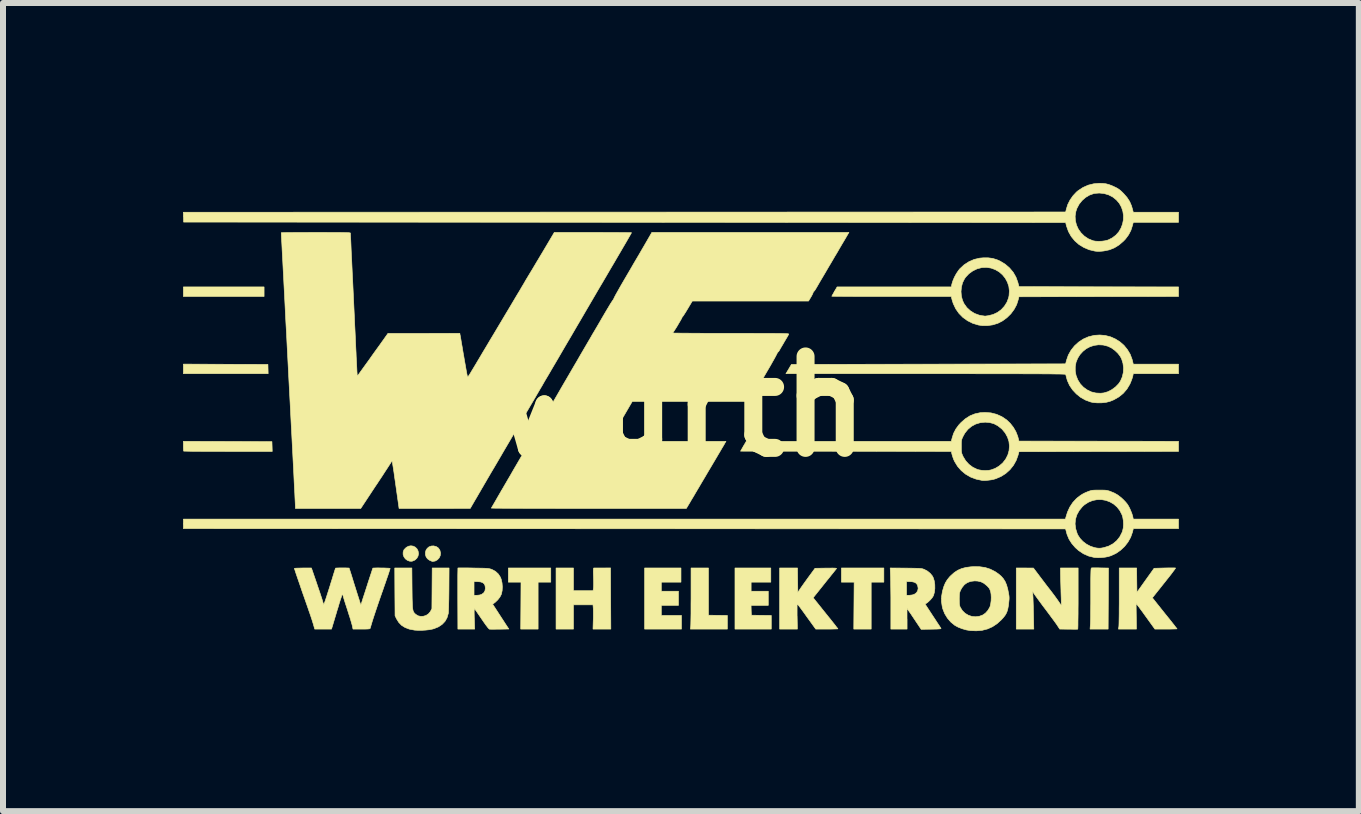
<source format=kicad_pcb>
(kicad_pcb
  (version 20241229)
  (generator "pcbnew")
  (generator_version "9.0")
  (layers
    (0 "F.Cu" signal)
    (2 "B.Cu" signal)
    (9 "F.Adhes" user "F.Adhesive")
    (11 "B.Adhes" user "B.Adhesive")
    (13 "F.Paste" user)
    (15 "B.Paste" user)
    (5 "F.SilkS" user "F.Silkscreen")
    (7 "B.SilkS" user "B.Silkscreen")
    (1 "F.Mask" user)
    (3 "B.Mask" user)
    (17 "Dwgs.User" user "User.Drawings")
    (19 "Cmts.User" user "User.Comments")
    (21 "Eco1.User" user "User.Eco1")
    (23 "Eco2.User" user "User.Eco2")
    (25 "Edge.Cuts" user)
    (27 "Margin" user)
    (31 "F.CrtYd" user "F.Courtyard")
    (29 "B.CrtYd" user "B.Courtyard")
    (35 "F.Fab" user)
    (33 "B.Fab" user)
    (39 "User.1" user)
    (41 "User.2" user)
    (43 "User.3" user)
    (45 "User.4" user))
  (footprint "wurth"
    (layer "F.Cu")
    (at 8.307 3.725)
    (property "Reference" "wurth" (at 0 0 0) (layer "F.SilkS") (effects (font (size 1.524 1.524) (thickness 0.3))))
    (attr through_hole)
    (fp_poly (pts (xy -6.956 -1.834) (xy -8.301 -1.834) (xy -8.301 -1.993) (xy -6.956 -1.993) (xy -6.956 -1.834)) (stroke (width 0.01) (type solid)) (fill yes) (layer "F.SilkS"))
    (fp_poly (pts (xy -7.597 -0.704) (xy -6.892 -0.702) (xy -6.89 -0.624) (xy -6.888 -0.547) (xy -8.301 -0.547) (xy -8.301 -0.707) (xy -7.597 -0.704)) (stroke (width 0.01) (type solid)) (fill yes) (layer "F.SilkS"))
    (fp_poly (pts (xy 3.373 2.927) (xy 3.162 2.927) (xy 3.162 3.709) (xy 2.872 3.709) (xy 2.875 3.318) (xy 2.878 2.927) (xy 2.666 2.927) (xy 2.666 2.691) (xy 3.373 2.691) (xy 3.373 2.927)) (stroke (width 0.01) (type solid)) (fill yes) (layer "F.SilkS"))
    (fp_poly (pts (xy -2.178 2.927) (xy -2.389 2.927) (xy -2.389 3.709) (xy -2.534 3.709) (xy -2.679 3.709) (xy -2.676 3.318) (xy -2.674 2.927) (xy -2.885 2.927) (xy -2.885 2.691) (xy -2.178 2.691) (xy -2.178 2.927)) (stroke (width 0.01) (type solid)) (fill yes) (layer "F.SilkS"))
    (fp_poly (pts (xy -0.008 2.927) (xy -0.336 2.927) (xy -0.336 3.078) (xy -0.05 3.078) (xy -0.05 3.314) (xy -0.336 3.314) (xy -0.336 3.482) (xy 0 3.482) (xy 0 3.709) (xy -0.614 3.709) (xy -0.614 2.691) (xy -0.008 2.691) (xy -0.008 2.927)) (stroke (width 0.01) (type solid)) (fill yes) (layer "F.SilkS"))
    (fp_poly (pts (xy 1.489 2.927) (xy 1.161 2.927) (xy 1.161 3.078) (xy 1.447 3.078) (xy 1.447 3.314) (xy 1.16 3.314) (xy 1.162 3.396) (xy 1.165 3.478) (xy 1.331 3.48) (xy 1.497 3.482) (xy 1.497 3.709) (xy 0.892 3.709) (xy 0.892 2.691) (xy 1.489 2.691) (xy 1.489 2.927)) (stroke (width 0.01) (type solid)) (fill yes) (layer "F.SilkS"))
    (fp_poly (pts (xy 0.45 3.478) (xy 0.765 3.482) (xy 0.765 3.709) (xy 0.149 3.709) (xy 0.154 3.665) (xy 0.155 3.648) (xy 0.156 3.617) (xy 0.157 3.571) (xy 0.158 3.515) (xy 0.159 3.448) (xy 0.159 3.373) (xy 0.159 3.291) (xy 0.16 3.205) (xy 0.16 3.156) (xy 0.16 2.691) (xy 0.305 2.691) (xy 0.45 2.691) (xy 0.45 3.478)) (stroke (width 0.01) (type solid)) (fill yes) (layer "F.SilkS"))
    (fp_poly (pts (xy -7.563 0.582) (xy -6.825 0.585) (xy -6.82 0.749) (xy -7.555 0.749) (xy -7.665 0.748) (xy -7.77 0.748) (xy -7.869 0.748) (xy -7.96 0.748) (xy -8.043 0.747) (xy -8.117 0.747) (xy -8.179 0.746) (xy -8.23 0.745) (xy -8.267 0.744) (xy -8.289 0.744) (xy -8.296 0.743) (xy -8.298 0.733) (xy -8.3 0.709) (xy -8.301 0.678) (xy -8.301 0.659) (xy -8.301 0.58) (xy -7.563 0.582)) (stroke (width 0.01) (type solid)) (fill yes) (layer "F.SilkS"))
    (fp_poly (pts (xy -4.47 2.327) (xy -4.436 2.344) (xy -4.408 2.371) (xy -4.389 2.408) (xy -4.382 2.453) (xy -4.39 2.493) (xy -4.411 2.53) (xy -4.443 2.559) (xy -4.482 2.576) (xy -4.496 2.579) (xy -4.528 2.578) (xy -4.562 2.566) (xy -4.567 2.564) (xy -4.602 2.538) (xy -4.626 2.503) (xy -4.639 2.464) (xy -4.638 2.424) (xy -4.624 2.387) (xy -4.619 2.381) (xy -4.586 2.348) (xy -4.548 2.328) (xy -4.509 2.321) (xy -4.47 2.327)) (stroke (width 0.01) (type solid)) (fill yes) (layer "F.SilkS"))
    (fp_poly (pts (xy -4.085 2.335) (xy -4.05 2.359) (xy -4.026 2.396) (xy -4.025 2.399) (xy -4.015 2.443) (xy -4.02 2.485) (xy -4.038 2.523) (xy -4.067 2.554) (xy -4.104 2.575) (xy -4.147 2.582) (xy -4.162 2.578) (xy -4.184 2.569) (xy -4.197 2.563) (xy -4.233 2.537) (xy -4.256 2.504) (xy -4.267 2.468) (xy -4.267 2.43) (xy -4.257 2.394) (xy -4.236 2.363) (xy -4.207 2.339) (xy -4.169 2.325) (xy -4.13 2.323) (xy -4.085 2.335)) (stroke (width 0.01) (type solid)) (fill yes) (layer "F.SilkS"))
    (fp_poly (pts (xy 6.911 2.689) (xy 6.955 2.689) (xy 6.983 2.69) (xy 7.117 2.692) (xy 7.111 3.709) (xy 6.81 3.709) (xy 6.816 3.619) (xy 6.817 3.593) (xy 6.818 3.552) (xy 6.819 3.498) (xy 6.819 3.433) (xy 6.82 3.36) (xy 6.821 3.281) (xy 6.821 3.197) (xy 6.821 3.111) (xy 6.821 3.016) (xy 6.821 2.936) (xy 6.821 2.871) (xy 6.822 2.818) (xy 6.823 2.777) (xy 6.824 2.745) (xy 6.825 2.722) (xy 6.827 2.707) (xy 6.829 2.697) (xy 6.831 2.692) (xy 6.835 2.69) (xy 6.835 2.69) (xy 6.848 2.689) (xy 6.874 2.689) (xy 6.911 2.689)) (stroke (width 0.01) (type solid)) (fill yes) (layer "F.SilkS"))
    (fp_poly (pts (xy -1.18 3.2) (xy -1.177 3.709) (xy -1.474 3.709) (xy -1.47 3.571) (xy -1.468 3.518) (xy -1.468 3.466) (xy -1.468 3.419) (xy -1.469 3.382) (xy -1.469 3.369) (xy -1.474 3.305) (xy -1.8 3.305) (xy -1.8 3.709) (xy -2.09 3.709) (xy -2.09 2.691) (xy -1.8 2.691) (xy -1.8 3.07) (xy -1.473 3.07) (xy -1.467 3.03) (xy -1.465 3.008) (xy -1.464 2.974) (xy -1.464 2.93) (xy -1.465 2.88) (xy -1.466 2.841) (xy -1.468 2.787) (xy -1.469 2.747) (xy -1.468 2.72) (xy -1.467 2.703) (xy -1.464 2.694) (xy -1.46 2.691) (xy -1.459 2.691) (xy -1.447 2.691) (xy -1.421 2.691) (xy -1.384 2.691) (xy -1.341 2.691) (xy -1.314 2.691) (xy -1.182 2.69) (xy -1.18 3.2)) (stroke (width 0.01) (type solid)) (fill yes) (layer "F.SilkS"))
    (fp_poly (pts (xy -4.49 3.03) (xy -4.489 3.12) (xy -4.488 3.195) (xy -4.486 3.257) (xy -4.484 3.307) (xy -4.482 3.346) (xy -4.478 3.377) (xy -4.473 3.401) (xy -4.466 3.419) (xy -4.458 3.434) (xy -4.447 3.446) (xy -4.435 3.458) (xy -4.428 3.464) (xy -4.389 3.488) (xy -4.345 3.498) (xy -4.299 3.495) (xy -4.255 3.481) (xy -4.216 3.455) (xy -4.186 3.42) (xy -4.181 3.411) (xy -4.159 3.369) (xy -4.154 2.691) (xy -3.873 2.691) (xy -3.875 3.047) (xy -3.876 3.131) (xy -3.877 3.209) (xy -3.879 3.28) (xy -3.88 3.341) (xy -3.882 3.391) (xy -3.884 3.428) (xy -3.886 3.451) (xy -3.887 3.452) (xy -3.907 3.521) (xy -3.941 3.581) (xy -3.989 3.631) (xy -4.05 3.672) (xy -4.124 3.702) (xy -4.149 3.709) (xy -4.2 3.719) (xy -4.261 3.726) (xy -4.326 3.73) (xy -4.39 3.73) (xy -4.445 3.727) (xy -4.451 3.726) (xy -4.535 3.71) (xy -4.606 3.683) (xy -4.665 3.646) (xy -4.712 3.597) (xy -4.749 3.537) (xy -4.751 3.533) (xy -4.773 3.486) (xy -4.776 3.089) (xy -4.778 2.691) (xy -4.493 2.691) (xy -4.49 3.03)) (stroke (width 0.01) (type solid)) (fill yes) (layer "F.SilkS"))
    (fp_poly (pts (xy 8.219 2.69) (xy 8.233 2.691) (xy 8.234 2.691) (xy 8.231 2.699) (xy 8.218 2.718) (xy 8.196 2.747) (xy 8.168 2.785) (xy 8.133 2.83) (xy 8.093 2.88) (xy 8.05 2.935) (xy 8.044 2.942) (xy 7.848 3.188) (xy 8.053 3.445) (xy 8.099 3.502) (xy 8.141 3.554) (xy 8.178 3.601) (xy 8.21 3.641) (xy 8.234 3.673) (xy 8.251 3.694) (xy 8.259 3.704) (xy 8.259 3.705) (xy 8.251 3.706) (xy 8.229 3.707) (xy 8.194 3.708) (xy 8.15 3.709) (xy 8.099 3.709) (xy 8.075 3.709) (xy 7.89 3.709) (xy 7.753 3.519) (xy 7.716 3.468) (xy 7.682 3.42) (xy 7.651 3.379) (xy 7.626 3.344) (xy 7.607 3.32) (xy 7.597 3.307) (xy 7.596 3.306) (xy 7.577 3.284) (xy 7.58 3.497) (xy 7.583 3.709) (xy 7.283 3.709) (xy 7.29 3.665) (xy 7.291 3.648) (xy 7.292 3.617) (xy 7.293 3.571) (xy 7.294 3.515) (xy 7.295 3.448) (xy 7.295 3.373) (xy 7.296 3.291) (xy 7.296 3.205) (xy 7.296 3.156) (xy 7.296 2.691) (xy 7.586 2.691) (xy 7.588 2.894) (xy 7.591 3.097) (xy 7.734 2.896) (xy 7.877 2.696) (xy 8.052 2.691) (xy 8.105 2.69) (xy 8.152 2.69) (xy 8.191 2.69) (xy 8.219 2.69)) (stroke (width 0.01) (type solid)) (fill yes) (layer "F.SilkS"))
    (fp_poly (pts (xy 1.939 3.098) (xy 1.978 3.04) (xy 1.995 3.015) (xy 2.02 2.979) (xy 2.05 2.937) (xy 2.084 2.89) (xy 2.118 2.843) (xy 2.121 2.839) (xy 2.226 2.696) (xy 2.41 2.693) (xy 2.47 2.693) (xy 2.515 2.692) (xy 2.547 2.693) (xy 2.568 2.694) (xy 2.579 2.696) (xy 2.584 2.698) (xy 2.583 2.702) (xy 2.58 2.706) (xy 2.572 2.716) (xy 2.555 2.737) (xy 2.53 2.769) (xy 2.498 2.808) (xy 2.461 2.855) (xy 2.419 2.906) (xy 2.381 2.954) (xy 2.195 3.187) (xy 2.401 3.444) (xy 2.446 3.5) (xy 2.489 3.553) (xy 2.526 3.6) (xy 2.558 3.64) (xy 2.582 3.672) (xy 2.599 3.693) (xy 2.607 3.704) (xy 2.607 3.705) (xy 2.599 3.706) (xy 2.577 3.707) (xy 2.542 3.708) (xy 2.498 3.709) (xy 2.447 3.709) (xy 2.423 3.709) (xy 2.238 3.709) (xy 2.089 3.503) (xy 2.052 3.451) (xy 2.017 3.403) (xy 1.987 3.362) (xy 1.962 3.329) (xy 1.944 3.305) (xy 1.933 3.293) (xy 1.932 3.291) (xy 1.929 3.298) (xy 1.927 3.32) (xy 1.927 3.36) (xy 1.927 3.414) (xy 1.927 3.485) (xy 1.928 3.498) (xy 1.932 3.709) (xy 1.784 3.709) (xy 1.636 3.709) (xy 1.636 2.691) (xy 1.785 2.691) (xy 1.934 2.691) (xy 1.939 3.098)) (stroke (width 0.01) (type solid)) (fill yes) (layer "F.SilkS"))
    (fp_poly (pts (xy 6.611 3.2) (xy 6.611 3.291) (xy 6.61 3.376) (xy 6.61 3.455) (xy 6.609 3.527) (xy 6.608 3.588) (xy 6.608 3.639) (xy 6.607 3.677) (xy 6.606 3.702) (xy 6.604 3.711) (xy 6.604 3.711) (xy 6.594 3.711) (xy 6.57 3.712) (xy 6.535 3.712) (xy 6.492 3.711) (xy 6.451 3.711) (xy 6.304 3.709) (xy 6.27 3.657) (xy 6.257 3.637) (xy 6.235 3.606) (xy 6.206 3.566) (xy 6.171 3.519) (xy 6.132 3.466) (xy 6.091 3.411) (xy 6.07 3.383) (xy 6.028 3.328) (xy 5.989 3.275) (xy 5.954 3.227) (xy 5.923 3.185) (xy 5.899 3.152) (xy 5.883 3.129) (xy 5.878 3.122) (xy 5.853 3.082) (xy 5.857 3.154) (xy 5.859 3.181) (xy 5.86 3.223) (xy 5.862 3.275) (xy 5.864 3.335) (xy 5.865 3.399) (xy 5.867 3.466) (xy 5.867 3.467) (xy 5.872 3.709) (xy 5.726 3.709) (xy 5.58 3.709) (xy 5.58 2.691) (xy 5.723 2.691) (xy 5.866 2.692) (xy 5.959 2.815) (xy 5.998 2.867) (xy 6.043 2.926) (xy 6.089 2.987) (xy 6.132 3.042) (xy 6.147 3.061) (xy 6.181 3.106) (xy 6.215 3.151) (xy 6.246 3.194) (xy 6.272 3.23) (xy 6.285 3.249) (xy 6.304 3.277) (xy 6.319 3.298) (xy 6.328 3.31) (xy 6.33 3.311) (xy 6.331 3.302) (xy 6.331 3.279) (xy 6.33 3.243) (xy 6.329 3.196) (xy 6.327 3.142) (xy 6.325 3.081) (xy 6.325 3.065) (xy 6.323 2.999) (xy 6.321 2.935) (xy 6.319 2.876) (xy 6.318 2.825) (xy 6.317 2.784) (xy 6.317 2.758) (xy 6.317 2.757) (xy 6.316 2.691) (xy 6.611 2.691) (xy 6.611 3.2)) (stroke (width 0.01) (type solid)) (fill yes) (layer "F.SilkS"))
    (fp_poly (pts (xy 3.739 2.693) (xy 3.813 2.694) (xy 3.871 2.695) (xy 3.917 2.696) (xy 3.952 2.697) (xy 3.979 2.699) (xy 4 2.701) (xy 4.016 2.704) (xy 4.031 2.709) (xy 4.045 2.714) (xy 4.049 2.716) (xy 4.1 2.743) (xy 4.145 2.78) (xy 4.181 2.823) (xy 4.196 2.852) (xy 4.213 2.906) (xy 4.222 2.968) (xy 4.223 3.032) (xy 4.216 3.094) (xy 4.201 3.148) (xy 4.196 3.158) (xy 4.178 3.187) (xy 4.149 3.221) (xy 4.116 3.253) (xy 4.083 3.279) (xy 4.08 3.28) (xy 4.061 3.293) (xy 4.19 3.491) (xy 4.224 3.542) (xy 4.255 3.59) (xy 4.282 3.631) (xy 4.304 3.664) (xy 4.319 3.687) (xy 4.326 3.698) (xy 4.326 3.698) (xy 4.324 3.702) (xy 4.313 3.705) (xy 4.291 3.707) (xy 4.256 3.709) (xy 4.207 3.71) (xy 4.163 3.711) (xy 3.995 3.713) (xy 3.877 3.537) (xy 3.845 3.489) (xy 3.817 3.447) (xy 3.792 3.412) (xy 3.774 3.386) (xy 3.763 3.371) (xy 3.759 3.368) (xy 3.759 3.379) (xy 3.759 3.404) (xy 3.759 3.44) (xy 3.759 3.485) (xy 3.759 3.536) (xy 3.76 3.543) (xy 3.76 3.709) (xy 3.49 3.709) (xy 3.49 3.353) (xy 3.49 3.27) (xy 3.49 3.186) (xy 3.489 3.103) (xy 3.488 3.026) (xy 3.487 2.956) (xy 3.487 2.918) (xy 3.751 2.918) (xy 3.751 3.146) (xy 3.799 3.146) (xy 3.848 3.14) (xy 3.881 3.129) (xy 3.916 3.104) (xy 3.937 3.07) (xy 3.945 3.03) (xy 3.937 2.987) (xy 3.931 2.971) (xy 3.912 2.946) (xy 3.884 2.929) (xy 3.844 2.92) (xy 3.806 2.918) (xy 3.751 2.918) (xy 3.487 2.918) (xy 3.486 2.897) (xy 3.485 2.851) (xy 3.485 2.844) (xy 3.479 2.691) (xy 3.739 2.693)) (stroke (width 0.01) (type solid)) (fill yes) (layer "F.SilkS"))
    (fp_poly (pts (xy -3.607 2.69) (xy -3.551 2.69) (xy -3.489 2.691) (xy -3.464 2.692) (xy -3.391 2.693) (xy -3.333 2.694) (xy -3.288 2.695) (xy -3.253 2.697) (xy -3.226 2.699) (xy -3.205 2.702) (xy -3.189 2.706) (xy -3.174 2.71) (xy -3.159 2.716) (xy -3.158 2.716) (xy -3.1 2.747) (xy -3.053 2.79) (xy -3.018 2.843) (xy -3.004 2.879) (xy -2.99 2.94) (xy -2.985 3.004) (xy -2.988 3.067) (xy -3 3.122) (xy -3.004 3.134) (xy -3.026 3.176) (xy -3.06 3.22) (xy -3.101 3.26) (xy -3.123 3.277) (xy -3.147 3.294) (xy -3.073 3.407) (xy -3.042 3.455) (xy -3.007 3.509) (xy -2.973 3.561) (xy -2.944 3.606) (xy -2.939 3.614) (xy -2.877 3.708) (xy -3.03 3.711) (xy -3.08 3.711) (xy -3.126 3.712) (xy -3.163 3.712) (xy -3.189 3.711) (xy -3.2 3.711) (xy -3.211 3.702) (xy -3.231 3.679) (xy -3.259 3.642) (xy -3.296 3.59) (xy -3.331 3.539) (xy -3.363 3.492) (xy -3.392 3.45) (xy -3.416 3.414) (xy -3.436 3.387) (xy -3.448 3.371) (xy -3.451 3.367) (xy -3.453 3.373) (xy -3.454 3.394) (xy -3.455 3.427) (xy -3.454 3.47) (xy -3.453 3.52) (xy -3.452 3.536) (xy -3.446 3.709) (xy -3.726 3.709) (xy -3.728 3.202) (xy -3.728 3.112) (xy -3.728 3.026) (xy -3.728 2.947) (xy -3.728 2.918) (xy -3.457 2.918) (xy -3.457 3.146) (xy -3.408 3.146) (xy -3.368 3.142) (xy -3.335 3.133) (xy -3.331 3.131) (xy -3.295 3.105) (xy -3.275 3.072) (xy -3.268 3.03) (xy -3.268 3.029) (xy -3.273 2.986) (xy -3.288 2.955) (xy -3.314 2.934) (xy -3.352 2.922) (xy -3.403 2.918) (xy -3.457 2.918) (xy -3.728 2.918) (xy -3.728 2.876) (xy -3.728 2.814) (xy -3.727 2.763) (xy -3.726 2.725) (xy -3.726 2.701) (xy -3.725 2.691) (xy -3.725 2.691) (xy -3.715 2.69) (xy -3.691 2.69) (xy -3.654 2.69) (xy -3.607 2.69)) (stroke (width 0.01) (type solid)) (fill yes) (layer "F.SilkS"))
    (fp_poly (pts (xy 7.024 -3.718) (xy 7.075 -3.712) (xy 7.124 -3.699) (xy 7.177 -3.679) (xy 7.216 -3.661) (xy 7.255 -3.642) (xy 7.286 -3.623) (xy 7.314 -3.602) (xy 7.345 -3.573) (xy 7.368 -3.55) (xy 7.425 -3.485) (xy 7.469 -3.418) (xy 7.5 -3.346) (xy 7.515 -3.295) (xy 7.53 -3.238) (xy 8.284 -3.238) (xy 8.284 -3.07) (xy 7.53 -3.07) (xy 7.516 -3.016) (xy 7.49 -2.935) (xy 7.452 -2.862) (xy 7.401 -2.793) (xy 7.368 -2.758) (xy 7.294 -2.694) (xy 7.215 -2.645) (xy 7.13 -2.611) (xy 7.037 -2.592) (xy 6.997 -2.588) (xy 6.959 -2.586) (xy 6.921 -2.587) (xy 6.892 -2.59) (xy 6.795 -2.613) (xy 6.706 -2.651) (xy 6.625 -2.7) (xy 6.555 -2.762) (xy 6.496 -2.834) (xy 6.45 -2.916) (xy 6.418 -3.006) (xy 6.417 -3.008) (xy 6.403 -3.066) (xy -0.947 -3.07) (xy -8.297 -3.074) (xy -8.299 -3.156) (xy -8.3 -3.173) (xy 6.561 -3.173) (xy 6.565 -3.097) (xy 6.584 -3.023) (xy 6.615 -2.955) (xy 6.66 -2.893) (xy 6.715 -2.839) (xy 6.781 -2.795) (xy 6.856 -2.764) (xy 6.863 -2.762) (xy 6.903 -2.755) (xy 6.953 -2.753) (xy 7.007 -2.755) (xy 7.059 -2.762) (xy 7.103 -2.773) (xy 7.11 -2.775) (xy 7.18 -2.81) (xy 7.24 -2.856) (xy 7.289 -2.911) (xy 7.326 -2.974) (xy 7.351 -3.041) (xy 7.365 -3.111) (xy 7.367 -3.183) (xy 7.356 -3.254) (xy 7.333 -3.322) (xy 7.298 -3.386) (xy 7.249 -3.443) (xy 7.188 -3.492) (xy 7.188 -3.492) (xy 7.118 -3.528) (xy 7.042 -3.55) (xy 6.963 -3.558) (xy 6.886 -3.552) (xy 6.872 -3.549) (xy 6.801 -3.524) (xy 6.735 -3.485) (xy 6.677 -3.434) (xy 6.628 -3.373) (xy 6.591 -3.304) (xy 6.573 -3.25) (xy 6.561 -3.173) (xy -8.3 -3.173) (xy -8.302 -3.238) (xy 6.403 -3.242) (xy 6.415 -3.292) (xy 6.439 -3.368) (xy 6.477 -3.443) (xy 6.526 -3.513) (xy 6.583 -3.574) (xy 6.609 -3.596) (xy 6.691 -3.65) (xy 6.778 -3.689) (xy 6.871 -3.712) (xy 6.964 -3.72) (xy 7.024 -3.718)) (stroke (width 0.01) (type solid)) (fill yes) (layer "F.SilkS"))
    (fp_poly (pts (xy 4.968 2.67) (xy 5.061 2.683) (xy 5.145 2.71) (xy 5.225 2.75) (xy 5.278 2.786) (xy 5.327 2.827) (xy 5.365 2.87) (xy 5.395 2.918) (xy 5.419 2.975) (xy 5.438 3.044) (xy 5.444 3.074) (xy 5.453 3.121) (xy 5.459 3.157) (xy 5.461 3.188) (xy 5.46 3.218) (xy 5.457 3.246) (xy 5.45 3.314) (xy 5.44 3.367) (xy 5.428 3.412) (xy 5.412 3.449) (xy 5.391 3.484) (xy 5.362 3.52) (xy 5.334 3.551) (xy 5.261 3.618) (xy 5.183 3.67) (xy 5.1 3.707) (xy 5.01 3.73) (xy 4.912 3.738) (xy 4.814 3.734) (xy 4.747 3.723) (xy 4.678 3.703) (xy 4.613 3.678) (xy 4.558 3.648) (xy 4.556 3.647) (xy 4.49 3.593) (xy 4.433 3.527) (xy 4.387 3.452) (xy 4.355 3.371) (xy 4.345 3.329) (xy 4.333 3.246) (xy 4.334 3.209) (xy 4.63 3.209) (xy 4.631 3.255) (xy 4.632 3.288) (xy 4.636 3.312) (xy 4.641 3.333) (xy 4.648 3.348) (xy 4.682 3.402) (xy 4.727 3.446) (xy 4.78 3.478) (xy 4.839 3.498) (xy 4.901 3.504) (xy 4.964 3.496) (xy 5.021 3.475) (xy 5.066 3.444) (xy 5.105 3.401) (xy 5.136 3.35) (xy 5.144 3.331) (xy 5.154 3.288) (xy 5.161 3.236) (xy 5.163 3.181) (xy 5.16 3.128) (xy 5.153 3.085) (xy 5.152 3.082) (xy 5.141 3.052) (xy 5.127 3.026) (xy 5.104 3) (xy 5.09 2.986) (xy 5.042 2.947) (xy 4.993 2.922) (xy 4.938 2.909) (xy 4.887 2.906) (xy 4.82 2.914) (xy 4.763 2.935) (xy 4.715 2.969) (xy 4.675 3.019) (xy 4.652 3.06) (xy 4.643 3.083) (xy 4.636 3.103) (xy 4.633 3.126) (xy 4.631 3.156) (xy 4.63 3.197) (xy 4.63 3.209) (xy 4.334 3.209) (xy 4.335 3.167) (xy 4.349 3.084) (xy 4.352 3.071) (xy 4.373 3) (xy 4.398 2.94) (xy 4.429 2.889) (xy 4.468 2.84) (xy 4.491 2.817) (xy 4.547 2.767) (xy 4.605 2.729) (xy 4.669 2.701) (xy 4.741 2.682) (xy 4.825 2.671) (xy 4.866 2.669) (xy 4.968 2.67)) (stroke (width 0.01) (type solid)) (fill yes) (layer "F.SilkS"))
    (fp_poly (pts (xy 5.158 0.106) (xy 5.252 0.13) (xy 5.339 0.169) (xy 5.418 0.222) (xy 5.478 0.279) (xy 5.531 0.346) (xy 5.574 0.42) (xy 5.604 0.496) (xy 5.612 0.526) (xy 5.624 0.576) (xy 6.954 0.578) (xy 8.284 0.58) (xy 8.284 0.748) (xy 5.625 0.753) (xy 5.61 0.811) (xy 5.578 0.899) (xy 5.532 0.981) (xy 5.474 1.053) (xy 5.404 1.116) (xy 5.325 1.166) (xy 5.238 1.203) (xy 5.201 1.214) (xy 5.161 1.222) (xy 5.114 1.228) (xy 5.068 1.232) (xy 5.028 1.233) (xy 5.009 1.231) (xy 4.911 1.21) (xy 4.82 1.176) (xy 4.737 1.128) (xy 4.664 1.068) (xy 4.602 0.997) (xy 4.553 0.917) (xy 4.538 0.885) (xy 4.525 0.85) (xy 4.513 0.813) (xy 4.507 0.791) (xy 4.498 0.749) (xy 2.741 0.746) (xy 0.985 0.744) (xy 1.032 0.662) (xy 4.664 0.662) (xy 4.664 0.664) (xy 4.664 0.708) (xy 4.665 0.74) (xy 4.668 0.764) (xy 4.673 0.785) (xy 4.682 0.807) (xy 4.694 0.834) (xy 4.695 0.836) (xy 4.737 0.905) (xy 4.791 0.964) (xy 4.855 1.012) (xy 4.926 1.046) (xy 4.955 1.055) (xy 5.006 1.064) (xy 5.064 1.067) (xy 5.121 1.064) (xy 5.161 1.056) (xy 5.229 1.031) (xy 5.293 0.993) (xy 5.349 0.945) (xy 5.352 0.943) (xy 5.403 0.878) (xy 5.439 0.808) (xy 5.46 0.734) (xy 5.466 0.658) (xy 5.458 0.583) (xy 5.434 0.51) (xy 5.396 0.441) (xy 5.344 0.378) (xy 5.336 0.371) (xy 5.273 0.321) (xy 5.207 0.286) (xy 5.135 0.267) (xy 5.063 0.261) (xy 4.981 0.269) (xy 4.904 0.292) (xy 4.835 0.329) (xy 4.774 0.38) (xy 4.723 0.443) (xy 4.695 0.494) (xy 4.682 0.521) (xy 4.673 0.543) (xy 4.668 0.564) (xy 4.665 0.588) (xy 4.664 0.619) (xy 4.664 0.662) (xy 1.032 0.662) (xy 1.032 0.662) (xy 1.08 0.58) (xy 4.497 0.58) (xy 4.511 0.524) (xy 4.536 0.446) (xy 4.573 0.375) (xy 4.622 0.308) (xy 4.659 0.268) (xy 4.732 0.204) (xy 4.809 0.155) (xy 4.891 0.122) (xy 4.979 0.103) (xy 5.059 0.099) (xy 5.158 0.106)) (stroke (width 0.01) (type solid)) (fill yes) (layer "F.SilkS"))
    (fp_poly (pts (xy 7.014 1.393) (xy 7.05 1.394) (xy 7.079 1.396) (xy 7.102 1.401) (xy 7.126 1.407) (xy 7.148 1.415) (xy 7.216 1.443) (xy 7.276 1.478) (xy 7.332 1.522) (xy 7.369 1.557) (xy 7.404 1.594) (xy 7.43 1.626) (xy 7.452 1.661) (xy 7.472 1.7) (xy 7.489 1.74) (xy 7.505 1.779) (xy 7.516 1.814) (xy 7.52 1.827) (xy 7.53 1.876) (xy 8.284 1.876) (xy 8.284 2.035) (xy 7.531 2.035) (xy 7.516 2.095) (xy 7.486 2.18) (xy 7.441 2.26) (xy 7.384 2.333) (xy 7.316 2.396) (xy 7.241 2.448) (xy 7.159 2.486) (xy 7.111 2.501) (xy 7.059 2.511) (xy 7.001 2.517) (xy 6.942 2.519) (xy 6.891 2.516) (xy 6.88 2.515) (xy 6.786 2.492) (xy 6.7 2.454) (xy 6.62 2.401) (xy 6.564 2.351) (xy 6.504 2.281) (xy 6.459 2.21) (xy 6.427 2.133) (xy 6.418 2.101) (xy 6.402 2.04) (xy -0.949 2.037) (xy -8.301 2.035) (xy -8.301 1.956) (xy 6.56 1.956) (xy 6.57 2.036) (xy 6.595 2.117) (xy 6.607 2.143) (xy 6.643 2.198) (xy 6.691 2.249) (xy 6.75 2.294) (xy 6.814 2.328) (xy 6.88 2.35) (xy 6.882 2.351) (xy 6.925 2.359) (xy 6.96 2.362) (xy 6.994 2.36) (xy 7.036 2.352) (xy 7.041 2.351) (xy 7.121 2.326) (xy 7.193 2.287) (xy 7.255 2.235) (xy 7.305 2.172) (xy 7.343 2.098) (xy 7.351 2.076) (xy 7.363 2.024) (xy 7.367 1.963) (xy 7.364 1.9) (xy 7.354 1.841) (xy 7.343 1.806) (xy 7.307 1.735) (xy 7.26 1.675) (xy 7.204 1.626) (xy 7.14 1.589) (xy 7.072 1.564) (xy 7 1.551) (xy 6.926 1.552) (xy 6.854 1.566) (xy 6.784 1.594) (xy 6.718 1.636) (xy 6.683 1.667) (xy 6.629 1.733) (xy 6.59 1.803) (xy 6.567 1.878) (xy 6.56 1.956) (xy -8.301 1.956) (xy -8.301 1.876) (xy 6.4 1.876) (xy 6.405 1.852) (xy 6.433 1.761) (xy 6.472 1.676) (xy 6.522 1.6) (xy 6.581 1.536) (xy 6.609 1.512) (xy 6.652 1.48) (xy 6.689 1.457) (xy 6.726 1.438) (xy 6.772 1.419) (xy 6.779 1.416) (xy 6.805 1.407) (xy 6.828 1.4) (xy 6.852 1.396) (xy 6.88 1.394) (xy 6.917 1.393) (xy 6.964 1.393) (xy 7.014 1.393)) (stroke (width 0.01) (type solid)) (fill yes) (layer "F.SilkS"))
    (fp_poly (pts (xy 5.113 -2.478) (xy 5.188 -2.468) (xy 5.259 -2.446) (xy 5.311 -2.423) (xy 5.395 -2.372) (xy 5.467 -2.31) (xy 5.528 -2.238) (xy 5.575 -2.156) (xy 5.607 -2.067) (xy 5.609 -2.059) (xy 5.625 -1.998) (xy 6.955 -1.995) (xy 8.284 -1.993) (xy 8.284 -1.834) (xy 5.624 -1.829) (xy 5.612 -1.779) (xy 5.586 -1.697) (xy 5.544 -1.619) (xy 5.49 -1.546) (xy 5.425 -1.482) (xy 5.352 -1.428) (xy 5.273 -1.387) (xy 5.266 -1.385) (xy 5.188 -1.361) (xy 5.103 -1.349) (xy 5.019 -1.348) (xy 4.95 -1.358) (xy 4.854 -1.387) (xy 4.768 -1.43) (xy 4.691 -1.485) (xy 4.625 -1.552) (xy 4.571 -1.629) (xy 4.53 -1.715) (xy 4.511 -1.774) (xy 4.496 -1.834) (xy 3.501 -1.834) (xy 3.373 -1.834) (xy 3.25 -1.834) (xy 3.133 -1.834) (xy 3.023 -1.834) (xy 2.92 -1.834) (xy 2.826 -1.835) (xy 2.743 -1.835) (xy 2.67 -1.836) (xy 2.609 -1.836) (xy 2.562 -1.837) (xy 2.528 -1.837) (xy 2.51 -1.838) (xy 2.506 -1.838) (xy 2.51 -1.847) (xy 2.521 -1.867) (xy 2.537 -1.895) (xy 2.549 -1.916) (xy 4.659 -1.916) (xy 4.665 -1.84) (xy 4.684 -1.769) (xy 4.708 -1.716) (xy 4.756 -1.649) (xy 4.816 -1.594) (xy 4.885 -1.551) (xy 4.961 -1.523) (xy 5.004 -1.514) (xy 5.03 -1.511) (xy 5.049 -1.508) (xy 5.055 -1.507) (xy 5.065 -1.507) (xy 5.086 -1.51) (xy 5.116 -1.514) (xy 5.116 -1.514) (xy 5.195 -1.534) (xy 5.267 -1.568) (xy 5.33 -1.614) (xy 5.383 -1.672) (xy 5.425 -1.739) (xy 5.453 -1.814) (xy 5.46 -1.849) (xy 5.465 -1.927) (xy 5.456 -2.003) (xy 5.432 -2.073) (xy 5.397 -2.138) (xy 5.35 -2.196) (xy 5.295 -2.244) (xy 5.231 -2.281) (xy 5.161 -2.307) (xy 5.087 -2.319) (xy 5.009 -2.316) (xy 5.004 -2.315) (xy 4.927 -2.295) (xy 4.855 -2.26) (xy 4.79 -2.213) (xy 4.736 -2.156) (xy 4.717 -2.128) (xy 4.685 -2.064) (xy 4.666 -1.992) (xy 4.659 -1.916) (xy 2.549 -1.916) (xy 2.55 -1.918) (xy 2.594 -1.993) (xy 4.497 -1.993) (xy 4.507 -2.042) (xy 4.524 -2.096) (xy 4.549 -2.155) (xy 4.581 -2.214) (xy 4.616 -2.266) (xy 4.638 -2.294) (xy 4.71 -2.361) (xy 4.79 -2.413) (xy 4.877 -2.451) (xy 4.971 -2.473) (xy 5.03 -2.478) (xy 5.113 -2.478)) (stroke (width 0.01) (type solid)) (fill yes) (layer "F.SilkS"))
    (fp_poly (pts (xy 7.062 -1.184) (xy 7.149 -1.162) (xy 7.231 -1.126) (xy 7.306 -1.079) (xy 7.374 -1.02) (xy 7.431 -0.95) (xy 7.478 -0.872) (xy 7.511 -0.784) (xy 7.516 -0.763) (xy 7.53 -0.706) (xy 8.284 -0.706) (xy 8.284 -0.547) (xy 7.53 -0.547) (xy 7.52 -0.498) (xy 7.511 -0.469) (xy 7.497 -0.431) (xy 7.481 -0.391) (xy 7.472 -0.371) (xy 7.424 -0.291) (xy 7.363 -0.22) (xy 7.289 -0.16) (xy 7.205 -0.112) (xy 7.141 -0.086) (xy 7.078 -0.07) (xy 7.005 -0.062) (xy 6.931 -0.061) (xy 6.861 -0.067) (xy 6.823 -0.075) (xy 6.735 -0.107) (xy 6.654 -0.152) (xy 6.582 -0.21) (xy 6.519 -0.277) (xy 6.468 -0.352) (xy 6.431 -0.434) (xy 6.417 -0.484) (xy 6.41 -0.51) (xy 6.405 -0.53) (xy 6.404 -0.536) (xy 6.401 -0.537) (xy 6.391 -0.538) (xy 6.375 -0.539) (xy 6.351 -0.54) (xy 6.32 -0.541) (xy 6.281 -0.542) (xy 6.233 -0.542) (xy 6.175 -0.543) (xy 6.108 -0.544) (xy 6.031 -0.544) (xy 5.943 -0.545) (xy 5.844 -0.545) (xy 5.733 -0.545) (xy 5.609 -0.546) (xy 5.474 -0.546) (xy 5.324 -0.546) (xy 5.161 -0.546) (xy 4.984 -0.546) (xy 4.793 -0.547) (xy 4.586 -0.547) (xy 4.363 -0.547) (xy 4.124 -0.547) (xy 1.741 -0.547) (xy 1.787 -0.624) (xy 1.811 -0.665) (xy 6.563 -0.665) (xy 6.563 -0.589) (xy 6.576 -0.519) (xy 6.605 -0.444) (xy 6.647 -0.377) (xy 6.7 -0.321) (xy 6.763 -0.276) (xy 6.832 -0.243) (xy 6.907 -0.225) (xy 6.986 -0.221) (xy 7.041 -0.227) (xy 7.108 -0.247) (xy 7.173 -0.281) (xy 7.234 -0.326) (xy 7.285 -0.378) (xy 7.317 -0.425) (xy 7.347 -0.494) (xy 7.364 -0.568) (xy 7.368 -0.645) (xy 7.358 -0.721) (xy 7.336 -0.792) (xy 7.315 -0.833) (xy 7.275 -0.886) (xy 7.224 -0.935) (xy 7.167 -0.976) (xy 7.109 -1.004) (xy 7.107 -1.005) (xy 7.029 -1.025) (xy 6.952 -1.029) (xy 6.878 -1.019) (xy 6.809 -0.997) (xy 6.745 -0.963) (xy 6.689 -0.918) (xy 6.641 -0.865) (xy 6.603 -0.804) (xy 6.576 -0.737) (xy 6.563 -0.665) (xy 1.811 -0.665) (xy 1.833 -0.702) (xy 4.118 -0.706) (xy 6.402 -0.711) (xy 6.418 -0.772) (xy 6.448 -0.858) (xy 6.493 -0.938) (xy 6.55 -1.01) (xy 6.619 -1.073) (xy 6.696 -1.124) (xy 6.78 -1.161) (xy 6.786 -1.163) (xy 6.879 -1.186) (xy 6.971 -1.192) (xy 7.062 -1.184)) (stroke (width 0.01) (type solid)) (fill yes) (layer "F.SilkS"))
    (fp_poly (pts (xy -5.594 2.69) (xy -5.565 2.691) (xy -5.545 2.692) (xy -5.539 2.692) (xy -5.536 2.701) (xy -5.528 2.724) (xy -5.517 2.759) (xy -5.502 2.805) (xy -5.485 2.86) (xy -5.466 2.922) (xy -5.445 2.99) (xy -5.442 2.998) (xy -5.421 3.066) (xy -5.401 3.129) (xy -5.383 3.185) (xy -5.368 3.232) (xy -5.357 3.269) (xy -5.349 3.293) (xy -5.345 3.304) (xy -5.345 3.304) (xy -5.341 3.298) (xy -5.334 3.281) (xy -5.329 3.266) (xy -5.309 3.202) (xy -5.287 3.135) (xy -5.265 3.067) (xy -5.243 2.999) (xy -5.222 2.933) (xy -5.202 2.872) (xy -5.184 2.817) (xy -5.168 2.769) (xy -5.156 2.732) (xy -5.148 2.706) (xy -5.143 2.694) (xy -5.143 2.693) (xy -5.134 2.692) (xy -5.111 2.691) (xy -5.078 2.69) (xy -5.039 2.69) (xy -4.997 2.691) (xy -4.955 2.691) (xy -4.916 2.693) (xy -4.885 2.694) (xy -4.863 2.696) (xy -4.855 2.698) (xy -4.857 2.707) (xy -4.865 2.73) (xy -4.876 2.766) (xy -4.892 2.814) (xy -4.912 2.871) (xy -4.934 2.936) (xy -4.959 3.007) (xy -4.985 3.084) (xy -4.988 3.09) (xy -5.027 3.202) (xy -5.061 3.301) (xy -5.09 3.387) (xy -5.115 3.462) (xy -5.137 3.529) (xy -5.156 3.589) (xy -5.172 3.643) (xy -5.187 3.694) (xy -5.19 3.7) (xy -5.197 3.704) (xy -5.21 3.706) (xy -5.232 3.708) (xy -5.266 3.709) (xy -5.312 3.709) (xy -5.333 3.709) (xy -5.474 3.709) (xy -5.484 3.661) (xy -5.489 3.64) (xy -5.499 3.605) (xy -5.512 3.56) (xy -5.528 3.508) (xy -5.547 3.45) (xy -5.563 3.398) (xy -5.582 3.339) (xy -5.6 3.285) (xy -5.615 3.237) (xy -5.627 3.198) (xy -5.635 3.17) (xy -5.639 3.156) (xy -5.645 3.137) (xy -5.65 3.126) (xy -5.65 3.125) (xy -5.654 3.132) (xy -5.662 3.154) (xy -5.673 3.188) (xy -5.688 3.232) (xy -5.705 3.286) (xy -5.723 3.348) (xy -5.744 3.414) (xy -5.744 3.416) (xy -5.832 3.709) (xy -6.112 3.709) (xy -6.135 3.627) (xy -6.147 3.589) (xy -6.162 3.541) (xy -6.18 3.487) (xy -6.198 3.434) (xy -6.205 3.415) (xy -6.229 3.345) (xy -6.255 3.271) (xy -6.281 3.196) (xy -6.308 3.12) (xy -6.334 3.045) (xy -6.358 2.973) (xy -6.381 2.907) (xy -6.402 2.846) (xy -6.42 2.794) (xy -6.434 2.751) (xy -6.444 2.72) (xy -6.45 2.702) (xy -6.451 2.699) (xy -6.443 2.696) (xy -6.421 2.694) (xy -6.388 2.693) (xy -6.346 2.692) (xy -6.309 2.691) (xy -6.167 2.691) (xy -6.085 2.929) (xy -6.064 2.992) (xy -6.043 3.053) (xy -6.024 3.109) (xy -6.008 3.158) (xy -5.995 3.197) (xy -5.987 3.222) (xy -5.986 3.225) (xy -5.977 3.257) (xy -5.969 3.283) (xy -5.964 3.299) (xy -5.964 3.3) (xy -5.96 3.296) (xy -5.952 3.277) (xy -5.939 3.243) (xy -5.923 3.195) (xy -5.903 3.133) (xy -5.879 3.058) (xy -5.862 3.005) (xy -5.841 2.936) (xy -5.821 2.873) (xy -5.804 2.816) (xy -5.789 2.768) (xy -5.777 2.73) (xy -5.769 2.705) (xy -5.765 2.694) (xy -5.765 2.693) (xy -5.756 2.692) (xy -5.735 2.691) (xy -5.704 2.69) (xy -5.668 2.69) (xy -5.63 2.69) (xy -5.594 2.69)) (stroke (width 0.01) (type solid)) (fill yes) (layer "F.SilkS"))
    (fp_poly (pts (xy 2.726 -2.79) (xy 2.701 -2.748) (xy 2.67 -2.696) (xy 2.636 -2.638) (xy 2.601 -2.577) (xy 2.567 -2.52) (xy 2.561 -2.511) (xy 2.528 -2.454) (xy 2.491 -2.391) (xy 2.451 -2.324) (xy 2.411 -2.255) (xy 2.371 -2.187) (xy 2.333 -2.123) (xy 2.298 -2.064) (xy 2.269 -2.013) (xy 2.245 -1.972) (xy 2.234 -1.954) (xy 2.22 -1.932) (xy 2.207 -1.918) (xy 2.201 -1.915) (xy 2.197 -1.915) (xy 2.198 -1.911) (xy 2.196 -1.901) (xy 2.187 -1.879) (xy 2.173 -1.851) (xy 2.161 -1.83) (xy 2.118 -1.758) (xy 1.149 -1.758) (xy 0.181 -1.758) (xy 0.1 -1.623) (xy 0.075 -1.581) (xy 0.052 -1.545) (xy 0.034 -1.517) (xy 0.021 -1.499) (xy 0.015 -1.493) (xy 0.015 -1.493) (xy 0.012 -1.49) (xy 0.011 -1.487) (xy 0.007 -1.476) (xy -0.005 -1.454) (xy -0.022 -1.424) (xy -0.043 -1.389) (xy -0.065 -1.351) (xy -0.088 -1.313) (xy -0.11 -1.279) (xy -0.128 -1.251) (xy -0.141 -1.232) (xy -0.146 -1.226) (xy -0.139 -1.225) (xy -0.117 -1.224) (xy -0.079 -1.224) (xy -0.028 -1.223) (xy 0.036 -1.222) (xy 0.112 -1.222) (xy 0.198 -1.221) (xy 0.294 -1.221) (xy 0.398 -1.22) (xy 0.51 -1.22) (xy 0.629 -1.22) (xy 0.753 -1.22) (xy 0.819 -1.22) (xy 0.968 -1.22) (xy 1.102 -1.22) (xy 1.221 -1.219) (xy 1.325 -1.219) (xy 1.416 -1.219) (xy 1.495 -1.219) (xy 1.562 -1.218) (xy 1.618 -1.218) (xy 1.665 -1.217) (xy 1.702 -1.216) (xy 1.732 -1.215) (xy 1.754 -1.214) (xy 1.77 -1.213) (xy 1.78 -1.211) (xy 1.786 -1.21) (xy 1.788 -1.208) (xy 1.788 -1.207) (xy 1.782 -1.195) (xy 1.77 -1.172) (xy 1.751 -1.14) (xy 1.729 -1.103) (xy 1.717 -1.083) (xy 1.693 -1.041) (xy 1.669 -1.001) (xy 1.649 -0.967) (xy 1.635 -0.942) (xy 1.632 -0.936) (xy 1.619 -0.916) (xy 1.608 -0.906) (xy 1.604 -0.906) (xy 1.599 -0.905) (xy 1.601 -0.902) (xy 1.598 -0.893) (xy 1.587 -0.871) (xy 1.57 -0.838) (xy 1.546 -0.794) (xy 1.517 -0.743) (xy 1.484 -0.684) (xy 1.447 -0.621) (xy 1.42 -0.575) (xy 1.379 -0.504) (xy 1.338 -0.435) (xy 1.3 -0.369) (xy 1.265 -0.309) (xy 1.234 -0.256) (xy 1.208 -0.213) (xy 1.19 -0.181) (xy 1.184 -0.17) (xy 1.134 -0.084) (xy 0.157 -0.084) (xy -0.82 -0.084) (xy -1.011 0.243) (xy -1.051 0.31) (xy -1.088 0.373) (xy -1.121 0.43) (xy -1.149 0.48) (xy -1.173 0.521) (xy -1.19 0.551) (xy -1.2 0.57) (xy -1.203 0.575) (xy -1.194 0.576) (xy -1.17 0.576) (xy -1.132 0.577) (xy -1.079 0.578) (xy -1.014 0.578) (xy -0.938 0.579) (xy -0.85 0.579) (xy -0.754 0.579) (xy -0.649 0.58) (xy -0.536 0.58) (xy -0.417 0.58) (xy -0.293 0.58) (xy -0.231 0.58) (xy 0.742 0.58) (xy 0.721 0.616) (xy 0.714 0.629) (xy 0.699 0.655) (xy 0.676 0.693) (xy 0.648 0.741) (xy 0.614 0.798) (xy 0.576 0.863) (xy 0.534 0.934) (xy 0.489 1.01) (xy 0.442 1.089) (xy 0.394 1.171) (xy 0.345 1.253) (xy 0.297 1.335) (xy 0.25 1.414) (xy 0.205 1.491) (xy 0.162 1.562) (xy 0.145 1.592) (xy 0.081 1.699) (xy -1.545 1.699) (xy -1.709 1.699) (xy -1.869 1.699) (xy -2.023 1.699) (xy -2.171 1.698) (xy -2.312 1.698) (xy -2.445 1.698) (xy -2.569 1.698) (xy -2.684 1.697) (xy -2.789 1.697) (xy -2.883 1.696) (xy -2.965 1.696) (xy -3.034 1.695) (xy -3.09 1.695) (xy -3.131 1.694) (xy -3.158 1.693) (xy -3.168 1.693) (xy -3.168 1.693) (xy -3.159 1.676) (xy -3.142 1.647) (xy -3.118 1.606) (xy -3.089 1.556) (xy -3.056 1.498) (xy -3.018 1.433) (xy -2.999 1.4) (xy 0.235 1.4) (xy 0.24 1.405) (xy 0.244 1.4) (xy 0.24 1.396) (xy 0.235 1.4) (xy -2.999 1.4) (xy -2.978 1.364) (xy -2.936 1.292) (xy -2.893 1.218) (xy -2.85 1.145) (xy -2.809 1.073) (xy -2.784 1.03) (xy -2.663 0.823) (xy -2.543 0.618) (xy -2.424 0.414) (xy -2.308 0.215) (xy -2.196 0.022) (xy -2.087 -0.164) (xy -1.985 -0.341) (xy -1.888 -0.507) (xy -1.799 -0.66) (xy -1.779 -0.694) (xy -1.731 -0.776) (xy -1.685 -0.856) (xy -1.64 -0.933) (xy -1.598 -1.005) (xy -1.56 -1.07) (xy -1.527 -1.126) (xy -1.5 -1.173) (xy -1.48 -1.208) (xy -1.468 -1.228) (xy -1.45 -1.258) (xy -1.426 -1.299) (xy -1.396 -1.35) (xy -1.362 -1.408) (xy -1.327 -1.469) (xy -1.29 -1.532) (xy -1.278 -1.553) (xy -1.244 -1.61) (xy -1.213 -1.662) (xy -1.186 -1.707) (xy -1.163 -1.743) (xy -1.146 -1.769) (xy -1.135 -1.783) (xy -1.132 -1.785) (xy -1.128 -1.786) (xy -1.13 -1.789) (xy -1.129 -1.796) (xy -1.122 -1.811) (xy -1.11 -1.835) (xy -1.092 -1.869) (xy -1.067 -1.913) (xy -1.036 -1.968) (xy -0.998 -2.035) (xy -0.952 -2.114) (xy -0.898 -2.206) (xy -0.836 -2.312) (xy -0.804 -2.368) (xy -0.771 -2.424) (xy -0.732 -2.49) (xy -0.691 -2.56) (xy -0.65 -2.631) (xy -0.612 -2.696) (xy -0.601 -2.715) (xy -0.493 -2.902) (xy 2.791 -2.902) (xy 2.726 -2.79)) (stroke (width 0.01) (type solid)) (fill yes) (layer "F.SilkS"))
    (fp_poly (pts (xy -1.373 -2.902) (xy -1.276 -2.901) (xy -1.185 -2.901) (xy -1.102 -2.901) (xy -1.027 -2.9) (xy -0.963 -2.9) (xy -0.91 -2.899) (xy -0.87 -2.898) (xy -0.844 -2.898) (xy -0.833 -2.897) (xy -0.833 -2.897) (xy -0.837 -2.888) (xy -0.849 -2.867) (xy -0.869 -2.832) (xy -0.896 -2.785) (xy -0.93 -2.726) (xy -0.97 -2.658) (xy -1.016 -2.579) (xy -1.067 -2.492) (xy -1.123 -2.396) (xy -1.184 -2.293) (xy -1.248 -2.183) (xy -1.295 -2.103) (xy -1.317 -2.065) (xy -1.347 -2.015) (xy -1.382 -1.956) (xy -1.421 -1.889) (xy -1.463 -1.817) (xy -1.507 -1.742) (xy -1.55 -1.668) (xy -1.569 -1.636) (xy -1.668 -1.466) (xy -1.759 -1.311) (xy -1.841 -1.17) (xy -1.916 -1.043) (xy -1.982 -0.93) (xy -2.04 -0.83) (xy -2.091 -0.743) (xy -2.134 -0.67) (xy -2.17 -0.609) (xy -2.189 -0.576) (xy -2.22 -0.523) (xy -2.253 -0.468) (xy -2.285 -0.414) (xy -2.312 -0.366) (xy -2.329 -0.336) (xy -2.348 -0.305) (xy -2.373 -0.262) (xy -2.404 -0.209) (xy -2.438 -0.15) (xy -2.475 -0.087) (xy -2.513 -0.023) (xy -2.531 0.008) (xy -2.586 0.101) (xy -2.648 0.207) (xy -2.716 0.323) (xy -2.789 0.448) (xy -2.866 0.579) (xy -2.946 0.715) (xy -3.027 0.854) (xy -3.109 0.994) (xy -3.172 1.1) (xy -3.205 1.157) (xy -3.237 1.211) (xy -3.265 1.26) (xy -3.29 1.302) (xy -3.308 1.334) (xy -3.32 1.354) (xy -3.322 1.357) (xy -3.333 1.376) (xy -3.35 1.406) (xy -3.373 1.445) (xy -3.399 1.49) (xy -3.427 1.538) (xy -3.432 1.546) (xy -3.52 1.698) (xy -4.113 1.699) (xy -4.706 1.699) (xy -4.76 1.318) (xy -4.771 1.24) (xy -4.782 1.166) (xy -4.791 1.099) (xy -4.8 1.04) (xy -4.808 0.991) (xy -4.814 0.953) (xy -4.818 0.929) (xy -4.819 0.921) (xy -4.824 0.911) (xy -4.83 0.914) (xy -4.837 0.926) (xy -4.844 0.938) (xy -4.859 0.961) (xy -4.882 0.996) (xy -4.911 1.041) (xy -4.946 1.094) (xy -4.985 1.155) (xy -5.029 1.221) (xy -5.075 1.291) (xy -5.097 1.323) (xy -5.345 1.699) (xy -6.434 1.699) (xy -6.434 1.662) (xy -6.435 1.651) (xy -6.436 1.623) (xy -6.438 1.58) (xy -6.441 1.522) (xy -6.444 1.451) (xy -6.449 1.366) (xy -6.454 1.268) (xy -6.459 1.159) (xy -6.465 1.038) (xy -6.472 0.907) (xy -6.479 0.766) (xy -6.487 0.616) (xy -6.495 0.458) (xy -6.504 0.292) (xy -6.513 0.118) (xy -6.522 -0.061) (xy -6.532 -0.246) (xy -6.542 -0.436) (xy -6.552 -0.63) (xy -6.552 -0.633) (xy -6.562 -0.827) (xy -6.572 -1.016) (xy -6.581 -1.2) (xy -6.591 -1.378) (xy -6.6 -1.55) (xy -6.608 -1.715) (xy -6.616 -1.872) (xy -6.624 -2.021) (xy -6.631 -2.16) (xy -6.638 -2.29) (xy -6.644 -2.409) (xy -6.65 -2.516) (xy -6.655 -2.612) (xy -6.659 -2.695) (xy -6.663 -2.765) (xy -6.666 -2.82) (xy -6.668 -2.861) (xy -6.669 -2.887) (xy -6.67 -2.896) (xy -6.67 -2.896) (xy -6.661 -2.897) (xy -6.638 -2.898) (xy -6.6 -2.899) (xy -6.55 -2.9) (xy -6.488 -2.9) (xy -6.416 -2.901) (xy -6.335 -2.901) (xy -6.247 -2.901) (xy -6.154 -2.902) (xy -6.093 -2.902) (xy -5.977 -2.902) (xy -5.876 -2.901) (xy -5.79 -2.901) (xy -5.717 -2.901) (xy -5.658 -2.9) (xy -5.611 -2.899) (xy -5.574 -2.898) (xy -5.547 -2.897) (xy -5.53 -2.895) (xy -5.52 -2.893) (xy -5.517 -2.891) (xy -5.517 -2.881) (xy -5.516 -2.856) (xy -5.514 -2.816) (xy -5.511 -2.763) (xy -5.508 -2.697) (xy -5.505 -2.62) (xy -5.501 -2.533) (xy -5.496 -2.437) (xy -5.491 -2.333) (xy -5.486 -2.223) (xy -5.48 -2.106) (xy -5.475 -2.002) (xy -5.469 -1.874) (xy -5.463 -1.746) (xy -5.457 -1.618) (xy -5.451 -1.494) (xy -5.446 -1.374) (xy -5.44 -1.26) (xy -5.435 -1.154) (xy -5.431 -1.057) (xy -5.427 -0.971) (xy -5.423 -0.898) (xy -5.421 -0.84) (xy -5.42 -0.82) (xy -5.416 -0.75) (xy -5.413 -0.686) (xy -5.41 -0.629) (xy -5.408 -0.582) (xy -5.405 -0.545) (xy -5.404 -0.522) (xy -5.403 -0.514) (xy -5.396 -0.514) (xy -5.391 -0.521) (xy -5.377 -0.54) (xy -5.356 -0.57) (xy -5.328 -0.609) (xy -5.295 -0.655) (xy -5.258 -0.706) (xy -5.218 -0.761) (xy -5.177 -0.819) (xy -5.136 -0.877) (xy -5.095 -0.934) (xy -5.055 -0.989) (xy -5.019 -1.039) (xy -4.988 -1.083) (xy -4.961 -1.12) (xy -4.946 -1.142) (xy -4.891 -1.219) (xy -4.293 -1.219) (xy -3.694 -1.22) (xy -3.69 -1.196) (xy -3.687 -1.183) (xy -3.682 -1.155) (xy -3.675 -1.115) (xy -3.667 -1.063) (xy -3.656 -1.003) (xy -3.645 -0.936) (xy -3.633 -0.864) (xy -3.629 -0.845) (xy -3.617 -0.773) (xy -3.605 -0.705) (xy -3.594 -0.643) (xy -3.585 -0.591) (xy -3.577 -0.548) (xy -3.571 -0.519) (xy -3.568 -0.503) (xy -3.567 -0.501) (xy -3.566 -0.498) (xy -3.564 -0.495) (xy -3.562 -0.495) (xy -3.558 -0.497) (xy -3.552 -0.504) (xy -3.543 -0.516) (xy -3.531 -0.535) (xy -3.515 -0.56) (xy -3.495 -0.594) (xy -3.469 -0.637) (xy -3.437 -0.69) (xy -3.399 -0.754) (xy -3.353 -0.831) (xy -3.3 -0.921) (xy -3.287 -0.942) (xy -3.241 -1.019) (xy -3.189 -1.107) (xy -3.131 -1.203) (xy -3.071 -1.304) (xy -3.01 -1.406) (xy -2.95 -1.507) (xy -2.893 -1.602) (xy -2.85 -1.674) (xy -2.806 -1.748) (xy -2.764 -1.819) (xy -2.725 -1.884) (xy -2.69 -1.942) (xy -2.661 -1.992) (xy -2.637 -2.032) (xy -2.62 -2.061) (xy -2.61 -2.078) (xy -2.608 -2.082) (xy -2.602 -2.093) (xy -2.59 -2.113) (xy -2.574 -2.14) (xy -2.573 -2.14) (xy -2.563 -2.158) (xy -2.545 -2.188) (xy -2.52 -2.229) (xy -2.489 -2.28) (xy -2.454 -2.339) (xy -2.416 -2.403) (xy -2.374 -2.473) (xy -2.331 -2.545) (xy -2.33 -2.546) (xy -2.119 -2.902) (xy -1.476 -2.902) (xy -1.373 -2.902)) (stroke (width 0.01) (type solid)) (fill yes) (layer "F.SilkS")))
  (gr_rect
    (start -3 -3)
    (end 19.596 10.468)
    (stroke (width 0.1) (type default))
    (fill no)
    (layer "Edge.Cuts")))
</source>
